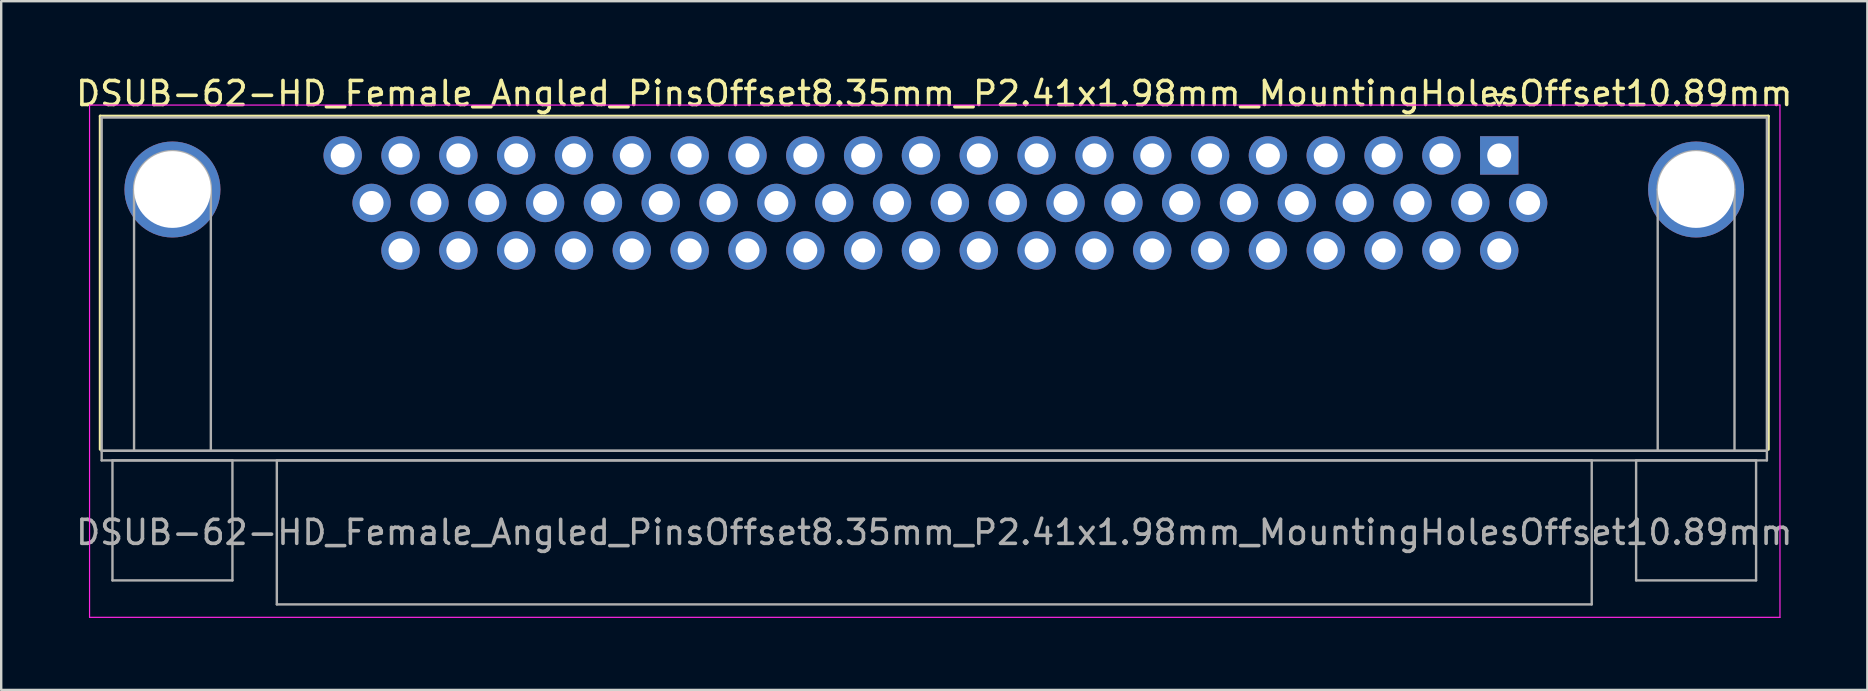
<source format=kicad_pcb>
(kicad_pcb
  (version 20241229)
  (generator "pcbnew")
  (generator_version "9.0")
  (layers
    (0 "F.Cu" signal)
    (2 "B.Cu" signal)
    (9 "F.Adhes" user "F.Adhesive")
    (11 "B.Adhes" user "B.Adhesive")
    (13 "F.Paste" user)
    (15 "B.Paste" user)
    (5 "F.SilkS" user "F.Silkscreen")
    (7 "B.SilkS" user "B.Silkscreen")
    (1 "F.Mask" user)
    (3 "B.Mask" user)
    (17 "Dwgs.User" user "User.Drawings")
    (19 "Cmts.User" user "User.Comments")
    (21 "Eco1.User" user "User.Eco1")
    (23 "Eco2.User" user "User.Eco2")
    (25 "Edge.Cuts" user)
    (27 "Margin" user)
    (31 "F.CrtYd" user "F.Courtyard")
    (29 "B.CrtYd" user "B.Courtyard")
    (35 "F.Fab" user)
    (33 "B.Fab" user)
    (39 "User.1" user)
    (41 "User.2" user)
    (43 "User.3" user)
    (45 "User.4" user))
  (footprint "DSUB-62-HD_Female_Angled_PinsOffset8.35mm_P2.41x1.98mm_MountingHolesOffset10.89mm"
    (layer "F.Cu")
    (at 59.432 3.428)
    (property "Reference" "DSUB-62-HD_Female_Angled_PinsOffset8.35mm_P2.41x1.98mm_MountingHolesOffset10.89mm" (at -23.545 -2.58 0) (layer "F.SilkS") (effects (font (size 1 1) (thickness 0.15))))
    (attr through_hole)
    (fp_line (start -58.305 -1.64) (end 11.215 -1.64) (stroke (width 0.12) (type solid)) (layer "F.SilkS"))
    (fp_line (start -58.305 12.25) (end -58.305 -1.64) (stroke (width 0.12) (type solid)) (layer "F.SilkS"))
    (fp_line (start -0.25 -2.534) (end 0.25 -2.534) (stroke (width 0.12) (type solid)) (layer "F.SilkS"))
    (fp_line (start 0 -2.101) (end -0.25 -2.534) (stroke (width 0.12) (type solid)) (layer "F.SilkS"))
    (fp_line (start 0.25 -2.534) (end 0 -2.101) (stroke (width 0.12) (type solid)) (layer "F.SilkS"))
    (fp_line (start 11.215 -1.64) (end 11.215 12.25) (stroke (width 0.12) (type solid)) (layer "F.SilkS"))
    (fp_line (start -58.75 -2.1) (end -58.75 19.25) (stroke (width 0.05) (type solid)) (layer "F.CrtYd"))
    (fp_line (start -58.75 19.25) (end 11.7 19.25) (stroke (width 0.05) (type solid)) (layer "F.CrtYd"))
    (fp_line (start 11.7 -2.1) (end -58.75 -2.1) (stroke (width 0.05) (type solid)) (layer "F.CrtYd"))
    (fp_line (start 11.7 19.25) (end 11.7 -2.1) (stroke (width 0.05) (type solid)) (layer "F.CrtYd"))
    (fp_line (start -58.245 -1.58) (end -58.245 12.31) (stroke (width 0.1) (type solid)) (layer "F.Fab"))
    (fp_line (start -58.245 12.31) (end -58.245 12.71) (stroke (width 0.1) (type solid)) (layer "F.Fab"))
    (fp_line (start -58.245 12.31) (end 11.155 12.31) (stroke (width 0.1) (type solid)) (layer "F.Fab"))
    (fp_line (start -58.245 12.71) (end 11.155 12.71) (stroke (width 0.1) (type solid)) (layer "F.Fab"))
    (fp_line (start -57.795 12.71) (end -57.795 17.71) (stroke (width 0.1) (type solid)) (layer "F.Fab"))
    (fp_line (start -57.795 17.71) (end -52.795 17.71) (stroke (width 0.1) (type solid)) (layer "F.Fab"))
    (fp_line (start -56.895 12.31) (end -56.895 1.42) (stroke (width 0.1) (type solid)) (layer "F.Fab"))
    (fp_line (start -53.695 12.31) (end -53.695 1.42) (stroke (width 0.1) (type solid)) (layer "F.Fab"))
    (fp_line (start -52.795 12.71) (end -57.795 12.71) (stroke (width 0.1) (type solid)) (layer "F.Fab"))
    (fp_line (start -52.795 17.71) (end -52.795 12.71) (stroke (width 0.1) (type solid)) (layer "F.Fab"))
    (fp_line (start -50.945 12.71) (end -50.945 18.71) (stroke (width 0.1) (type solid)) (layer "F.Fab"))
    (fp_line (start -50.945 18.71) (end 3.855 18.71) (stroke (width 0.1) (type solid)) (layer "F.Fab"))
    (fp_line (start 3.855 12.71) (end -50.945 12.71) (stroke (width 0.1) (type solid)) (layer "F.Fab"))
    (fp_line (start 3.855 18.71) (end 3.855 12.71) (stroke (width 0.1) (type solid)) (layer "F.Fab"))
    (fp_line (start 5.705 12.71) (end 5.705 17.71) (stroke (width 0.1) (type solid)) (layer "F.Fab"))
    (fp_line (start 5.705 17.71) (end 10.705 17.71) (stroke (width 0.1) (type solid)) (layer "F.Fab"))
    (fp_line (start 6.605 12.31) (end 6.605 1.42) (stroke (width 0.1) (type solid)) (layer "F.Fab"))
    (fp_line (start 9.805 12.31) (end 9.805 1.42) (stroke (width 0.1) (type solid)) (layer "F.Fab"))
    (fp_line (start 10.705 12.71) (end 5.705 12.71) (stroke (width 0.1) (type solid)) (layer "F.Fab"))
    (fp_line (start 10.705 17.71) (end 10.705 12.71) (stroke (width 0.1) (type solid)) (layer "F.Fab"))
    (fp_line (start 11.155 -1.58) (end -58.245 -1.58) (stroke (width 0.1) (type solid)) (layer "F.Fab"))
    (fp_line (start 11.155 12.31) (end -58.245 12.31) (stroke (width 0.1) (type solid)) (layer "F.Fab"))
    (fp_line (start 11.155 12.31) (end 11.155 -1.58) (stroke (width 0.1) (type solid)) (layer "F.Fab"))
    (fp_line (start 11.155 12.71) (end 11.155 12.31) (stroke (width 0.1) (type solid)) (layer "F.Fab"))
    (fp_arc (start -56.895 1.42) (mid -55.295 -0.18) (end -53.695 1.42) (stroke (width 0.1) (type solid)) (layer "F.Fab"))
    (fp_arc (start 6.605 1.42) (mid 8.205 -0.18) (end 9.805 1.42) (stroke (width 0.1) (type solid)) (layer "F.Fab"))
    (fp_text user "${REFERENCE}" (at -23.545 15.71 0) (layer "F.Fab") (effects (font (size 1 1) (thickness 0.15))))
    (pad "0" thru_hole circle (at -55.295 1.42) (size 4 4) (drill 3.2) (layers "*.Cu" "*.Mask"))
    (pad "0" thru_hole circle (at 8.205 1.42) (size 4 4) (drill 3.2) (layers "*.Cu" "*.Mask"))
    (pad "1" thru_hole rect (at 0 0) (size 1.6 1.6) (drill 1) (layers "*.Cu" "*.Mask"))
    (pad "2" thru_hole circle (at -2.41 0) (size 1.6 1.6) (drill 1) (layers "*.Cu" "*.Mask"))
    (pad "3" thru_hole circle (at -4.82 0) (size 1.6 1.6) (drill 1) (layers "*.Cu" "*.Mask"))
    (pad "4" thru_hole circle (at -7.23 0) (size 1.6 1.6) (drill 1) (layers "*.Cu" "*.Mask"))
    (pad "5" thru_hole circle (at -9.64 0) (size 1.6 1.6) (drill 1) (layers "*.Cu" "*.Mask"))
    (pad "6" thru_hole circle (at -12.05 0) (size 1.6 1.6) (drill 1) (layers "*.Cu" "*.Mask"))
    (pad "7" thru_hole circle (at -14.46 0) (size 1.6 1.6) (drill 1) (layers "*.Cu" "*.Mask"))
    (pad "8" thru_hole circle (at -16.87 0) (size 1.6 1.6) (drill 1) (layers "*.Cu" "*.Mask"))
    (pad "9" thru_hole circle (at -19.28 0) (size 1.6 1.6) (drill 1) (layers "*.Cu" "*.Mask"))
    (pad "10" thru_hole circle (at -21.69 0) (size 1.6 1.6) (drill 1) (layers "*.Cu" "*.Mask"))
    (pad "11" thru_hole circle (at -24.1 0) (size 1.6 1.6) (drill 1) (layers "*.Cu" "*.Mask"))
    (pad "12" thru_hole circle (at -26.51 0) (size 1.6 1.6) (drill 1) (layers "*.Cu" "*.Mask"))
    (pad "13" thru_hole circle (at -28.92 0) (size 1.6 1.6) (drill 1) (layers "*.Cu" "*.Mask"))
    (pad "14" thru_hole circle (at -31.33 0) (size 1.6 1.6) (drill 1) (layers "*.Cu" "*.Mask"))
    (pad "15" thru_hole circle (at -33.74 0) (size 1.6 1.6) (drill 1) (layers "*.Cu" "*.Mask"))
    (pad "16" thru_hole circle (at -36.15 0) (size 1.6 1.6) (drill 1) (layers "*.Cu" "*.Mask"))
    (pad "17" thru_hole circle (at -38.56 0) (size 1.6 1.6) (drill 1) (layers "*.Cu" "*.Mask"))
    (pad "18" thru_hole circle (at -40.97 0) (size 1.6 1.6) (drill 1) (layers "*.Cu" "*.Mask"))
    (pad "19" thru_hole circle (at -43.38 0) (size 1.6 1.6) (drill 1) (layers "*.Cu" "*.Mask"))
    (pad "20" thru_hole circle (at -45.79 0) (size 1.6 1.6) (drill 1) (layers "*.Cu" "*.Mask"))
    (pad "21" thru_hole circle (at -48.2 0) (size 1.6 1.6) (drill 1) (layers "*.Cu" "*.Mask"))
    (pad "22" thru_hole circle (at 1.205 1.98) (size 1.6 1.6) (drill 1) (layers "*.Cu" "*.Mask"))
    (pad "23" thru_hole circle (at -1.205 1.98) (size 1.6 1.6) (drill 1) (layers "*.Cu" "*.Mask"))
    (pad "24" thru_hole circle (at -3.615 1.98) (size 1.6 1.6) (drill 1) (layers "*.Cu" "*.Mask"))
    (pad "25" thru_hole circle (at -6.025 1.98) (size 1.6 1.6) (drill 1) (layers "*.Cu" "*.Mask"))
    (pad "26" thru_hole circle (at -8.435 1.98) (size 1.6 1.6) (drill 1) (layers "*.Cu" "*.Mask"))
    (pad "27" thru_hole circle (at -10.845 1.98) (size 1.6 1.6) (drill 1) (layers "*.Cu" "*.Mask"))
    (pad "28" thru_hole circle (at -13.255 1.98) (size 1.6 1.6) (drill 1) (layers "*.Cu" "*.Mask"))
    (pad "29" thru_hole circle (at -15.665 1.98) (size 1.6 1.6) (drill 1) (layers "*.Cu" "*.Mask"))
    (pad "30" thru_hole circle (at -18.075 1.98) (size 1.6 1.6) (drill 1) (layers "*.Cu" "*.Mask"))
    (pad "31" thru_hole circle (at -20.485 1.98) (size 1.6 1.6) (drill 1) (layers "*.Cu" "*.Mask"))
    (pad "32" thru_hole circle (at -22.895 1.98) (size 1.6 1.6) (drill 1) (layers "*.Cu" "*.Mask"))
    (pad "33" thru_hole circle (at -25.305 1.98) (size 1.6 1.6) (drill 1) (layers "*.Cu" "*.Mask"))
    (pad "34" thru_hole circle (at -27.715 1.98) (size 1.6 1.6) (drill 1) (layers "*.Cu" "*.Mask"))
    (pad "35" thru_hole circle (at -30.125 1.98) (size 1.6 1.6) (drill 1) (layers "*.Cu" "*.Mask"))
    (pad "36" thru_hole circle (at -32.535 1.98) (size 1.6 1.6) (drill 1) (layers "*.Cu" "*.Mask"))
    (pad "37" thru_hole circle (at -34.945 1.98) (size 1.6 1.6) (drill 1) (layers "*.Cu" "*.Mask"))
    (pad "38" thru_hole circle (at -37.355 1.98) (size 1.6 1.6) (drill 1) (layers "*.Cu" "*.Mask"))
    (pad "39" thru_hole circle (at -39.765 1.98) (size 1.6 1.6) (drill 1) (layers "*.Cu" "*.Mask"))
    (pad "40" thru_hole circle (at -42.175 1.98) (size 1.6 1.6) (drill 1) (layers "*.Cu" "*.Mask"))
    (pad "41" thru_hole circle (at -44.585 1.98) (size 1.6 1.6) (drill 1) (layers "*.Cu" "*.Mask"))
    (pad "42" thru_hole circle (at -46.995 1.98) (size 1.6 1.6) (drill 1) (layers "*.Cu" "*.Mask"))
    (pad "43" thru_hole circle (at 0 3.96) (size 1.6 1.6) (drill 1) (layers "*.Cu" "*.Mask"))
    (pad "44" thru_hole circle (at -2.41 3.96) (size 1.6 1.6) (drill 1) (layers "*.Cu" "*.Mask"))
    (pad "45" thru_hole circle (at -4.82 3.96) (size 1.6 1.6) (drill 1) (layers "*.Cu" "*.Mask"))
    (pad "46" thru_hole circle (at -7.23 3.96) (size 1.6 1.6) (drill 1) (layers "*.Cu" "*.Mask"))
    (pad "47" thru_hole circle (at -9.64 3.96) (size 1.6 1.6) (drill 1) (layers "*.Cu" "*.Mask"))
    (pad "48" thru_hole circle (at -12.05 3.96) (size 1.6 1.6) (drill 1) (layers "*.Cu" "*.Mask"))
    (pad "49" thru_hole circle (at -14.46 3.96) (size 1.6 1.6) (drill 1) (layers "*.Cu" "*.Mask"))
    (pad "50" thru_hole circle (at -16.87 3.96) (size 1.6 1.6) (drill 1) (layers "*.Cu" "*.Mask"))
    (pad "51" thru_hole circle (at -19.28 3.96) (size 1.6 1.6) (drill 1) (layers "*.Cu" "*.Mask"))
    (pad "52" thru_hole circle (at -21.69 3.96) (size 1.6 1.6) (drill 1) (layers "*.Cu" "*.Mask"))
    (pad "53" thru_hole circle (at -24.1 3.96) (size 1.6 1.6) (drill 1) (layers "*.Cu" "*.Mask"))
    (pad "54" thru_hole circle (at -26.51 3.96) (size 1.6 1.6) (drill 1) (layers "*.Cu" "*.Mask"))
    (pad "55" thru_hole circle (at -28.92 3.96) (size 1.6 1.6) (drill 1) (layers "*.Cu" "*.Mask"))
    (pad "56" thru_hole circle (at -31.33 3.96) (size 1.6 1.6) (drill 1) (layers "*.Cu" "*.Mask"))
    (pad "57" thru_hole circle (at -33.74 3.96) (size 1.6 1.6) (drill 1) (layers "*.Cu" "*.Mask"))
    (pad "58" thru_hole circle (at -36.15 3.96) (size 1.6 1.6) (drill 1) (layers "*.Cu" "*.Mask"))
    (pad "59" thru_hole circle (at -38.56 3.96) (size 1.6 1.6) (drill 1) (layers "*.Cu" "*.Mask"))
    (pad "60" thru_hole circle (at -40.97 3.96) (size 1.6 1.6) (drill 1) (layers "*.Cu" "*.Mask"))
    (pad "61" thru_hole circle (at -43.38 3.96) (size 1.6 1.6) (drill 1) (layers "*.Cu" "*.Mask"))
    (pad "62" thru_hole circle (at -45.79 3.96) (size 1.6 1.6) (drill 1) (layers "*.Cu" "*.Mask")))
  (gr_rect
    (start -3 -3)
    (end 74.774 25.703)
    (stroke (width 0.1) (type default))
    (fill no)
    (layer "Edge.Cuts")))
</source>
